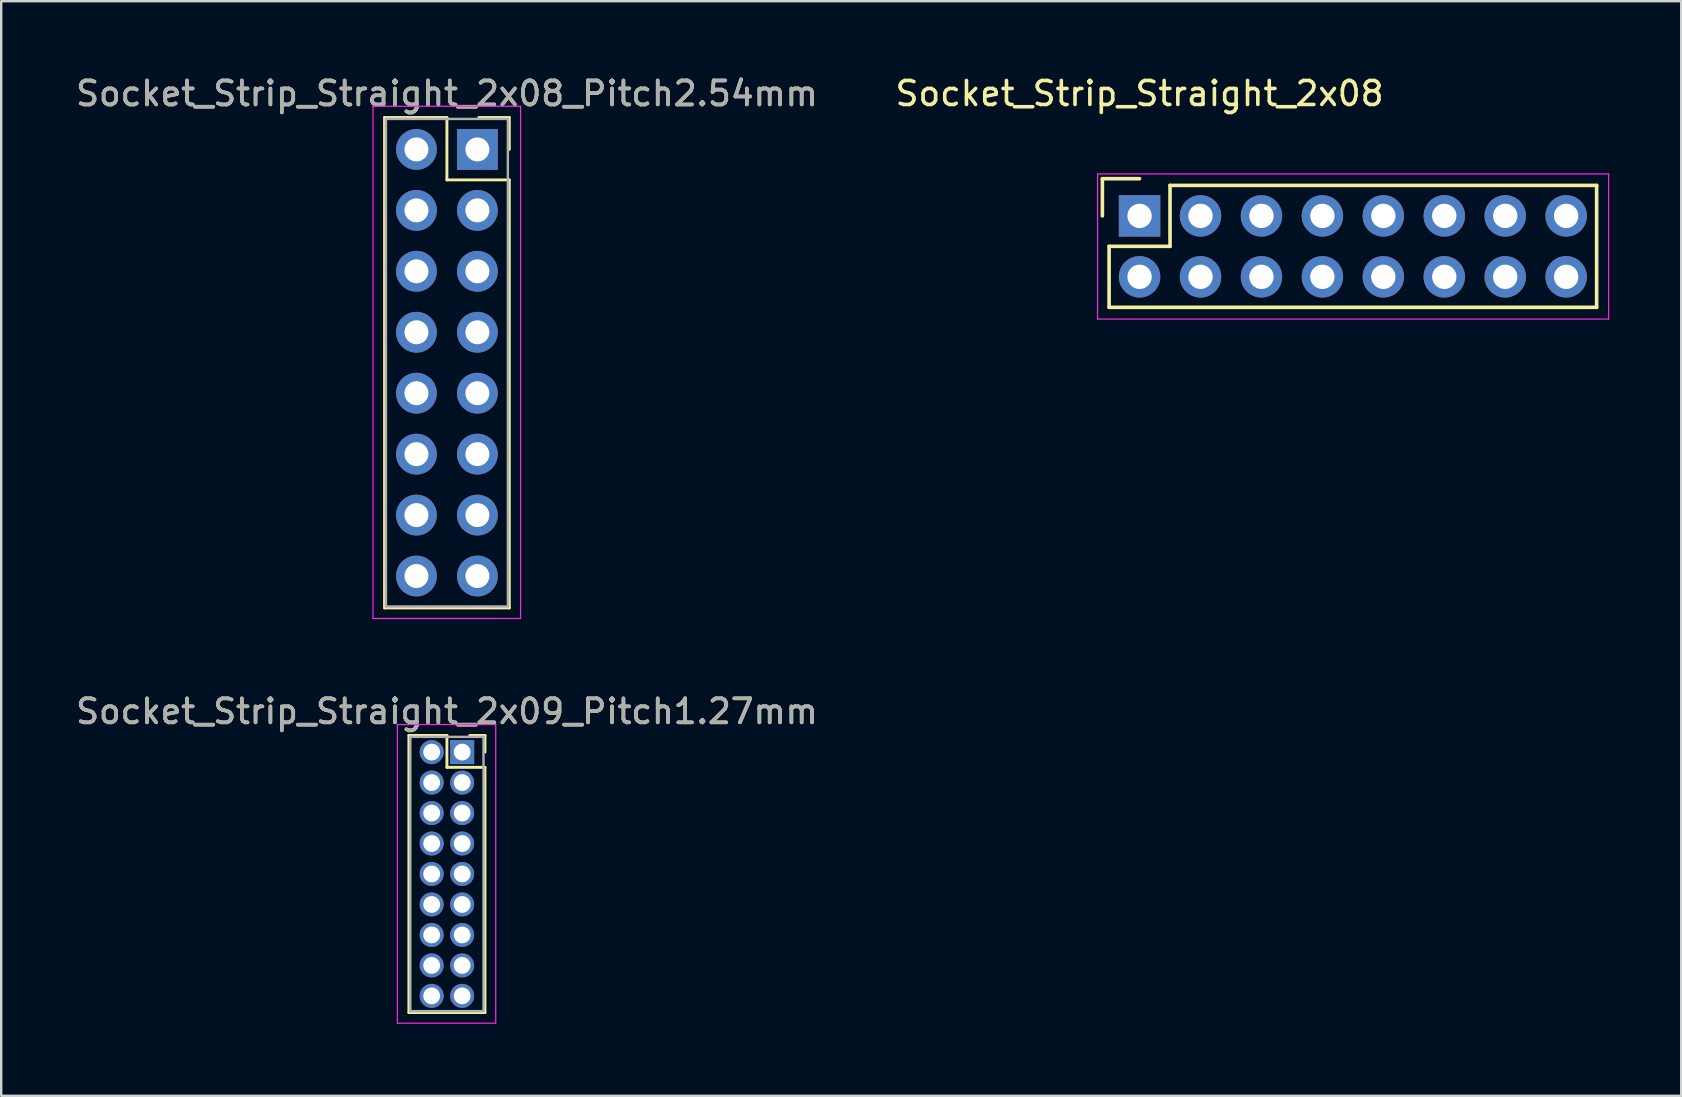
<source format=kicad_pcb>
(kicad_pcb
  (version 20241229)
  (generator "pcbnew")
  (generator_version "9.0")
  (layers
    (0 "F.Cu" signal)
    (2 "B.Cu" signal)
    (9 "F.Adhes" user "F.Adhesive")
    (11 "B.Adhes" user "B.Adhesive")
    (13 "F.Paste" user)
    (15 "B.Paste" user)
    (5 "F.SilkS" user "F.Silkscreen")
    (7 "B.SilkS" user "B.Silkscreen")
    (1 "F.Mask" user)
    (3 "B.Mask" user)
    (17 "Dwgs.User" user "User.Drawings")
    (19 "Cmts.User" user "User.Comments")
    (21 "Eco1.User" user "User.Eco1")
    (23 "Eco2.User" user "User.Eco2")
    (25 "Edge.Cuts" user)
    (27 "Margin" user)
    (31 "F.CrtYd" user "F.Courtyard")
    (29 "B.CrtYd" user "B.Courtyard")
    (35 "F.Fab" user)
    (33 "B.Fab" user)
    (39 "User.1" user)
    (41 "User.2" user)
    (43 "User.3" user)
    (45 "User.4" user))
  (footprint "Socket_Strip_Straight_2x09_Pitch1.27mm"
    (layer "F.Cu")
    (at 16.212 28.297)
    (property "Reference" "Socket_Strip_Straight_2x09_Pitch1.27mm" (at -0.635 -1.695 0) (layer "F.SilkS") (effects (font (size 1 1) (thickness 0.15))))
    (attr through_hole)
    (fp_line (start -2.22 -0.695) (end -0.635 -0.695) (stroke (width 0.12) (type solid)) (layer "F.SilkS"))
    (fp_line (start -2.22 10.855) (end -2.22 -0.695) (stroke (width 0.12) (type solid)) (layer "F.SilkS"))
    (fp_line (start -0.635 -0.695) (end -0.635 0.635) (stroke (width 0.12) (type solid)) (layer "F.SilkS"))
    (fp_line (start -0.635 0.635) (end 0.95 0.635) (stroke (width 0.12) (type solid)) (layer "F.SilkS"))
    (fp_line (start 0.95 -0.695) (end 0.315 -0.695) (stroke (width 0.12) (type solid)) (layer "F.SilkS"))
    (fp_line (start 0.95 0) (end 0.95 -0.695) (stroke (width 0.12) (type solid)) (layer "F.SilkS"))
    (fp_line (start 0.95 0.635) (end 0.95 10.855) (stroke (width 0.12) (type solid)) (layer "F.SilkS"))
    (fp_line (start 0.95 10.855) (end -2.22 10.855) (stroke (width 0.12) (type solid)) (layer "F.SilkS"))
    (fp_line (start -2.7 -1.15) (end -2.7 11.3) (stroke (width 0.05) (type solid)) (layer "F.CrtYd"))
    (fp_line (start -2.7 11.3) (end 1.4 11.3) (stroke (width 0.05) (type solid)) (layer "F.CrtYd"))
    (fp_line (start 1.4 -1.15) (end -2.7 -1.15) (stroke (width 0.05) (type solid)) (layer "F.CrtYd"))
    (fp_line (start 1.4 11.3) (end 1.4 -1.15) (stroke (width 0.05) (type solid)) (layer "F.CrtYd"))
    (fp_line (start -2.16 -0.635) (end -2.16 10.795) (stroke (width 0.1) (type solid)) (layer "F.Fab"))
    (fp_line (start -2.16 10.795) (end 0.89 10.795) (stroke (width 0.1) (type solid)) (layer "F.Fab"))
    (fp_line (start 0.89 -0.635) (end -2.16 -0.635) (stroke (width 0.1) (type solid)) (layer "F.Fab"))
    (fp_line (start 0.89 10.795) (end 0.89 -0.635) (stroke (width 0.1) (type solid)) (layer "F.Fab"))
    (fp_text user "${REFERENCE}" (at -0.635 -1.695 0) (layer "F.Fab") (effects (font (size 1 1) (thickness 0.15))))
    (pad "1" thru_hole rect (at 0 0) (size 1 1) (drill 0.7) (layers "*.Cu" "*.Mask"))
    (pad "2" thru_hole oval (at -1.27 0) (size 1 1) (drill 0.7) (layers "*.Cu" "*.Mask"))
    (pad "3" thru_hole oval (at 0 1.27) (size 1 1) (drill 0.7) (layers "*.Cu" "*.Mask"))
    (pad "4" thru_hole oval (at -1.27 1.27) (size 1 1) (drill 0.7) (layers "*.Cu" "*.Mask"))
    (pad "5" thru_hole oval (at 0 2.54) (size 1 1) (drill 0.7) (layers "*.Cu" "*.Mask"))
    (pad "6" thru_hole oval (at -1.27 2.54) (size 1 1) (drill 0.7) (layers "*.Cu" "*.Mask"))
    (pad "7" thru_hole oval (at 0 3.81) (size 1 1) (drill 0.7) (layers "*.Cu" "*.Mask"))
    (pad "8" thru_hole oval (at -1.27 3.81) (size 1 1) (drill 0.7) (layers "*.Cu" "*.Mask"))
    (pad "9" thru_hole oval (at 0 5.08) (size 1 1) (drill 0.7) (layers "*.Cu" "*.Mask"))
    (pad "10" thru_hole oval (at -1.27 5.08) (size 1 1) (drill 0.7) (layers "*.Cu" "*.Mask"))
    (pad "11" thru_hole oval (at 0 6.35) (size 1 1) (drill 0.7) (layers "*.Cu" "*.Mask"))
    (pad "12" thru_hole oval (at -1.27 6.35) (size 1 1) (drill 0.7) (layers "*.Cu" "*.Mask"))
    (pad "13" thru_hole oval (at 0 7.62) (size 1 1) (drill 0.7) (layers "*.Cu" "*.Mask"))
    (pad "14" thru_hole oval (at -1.27 7.62) (size 1 1) (drill 0.7) (layers "*.Cu" "*.Mask"))
    (pad "15" thru_hole oval (at 0 8.89) (size 1 1) (drill 0.7) (layers "*.Cu" "*.Mask"))
    (pad "16" thru_hole oval (at -1.27 8.89) (size 1 1) (drill 0.7) (layers "*.Cu" "*.Mask"))
    (pad "17" thru_hole oval (at 0 10.16) (size 1 1) (drill 0.7) (layers "*.Cu" "*.Mask"))
    (pad "18" thru_hole oval (at -1.27 10.16) (size 1 1) (drill 0.7) (layers "*.Cu" "*.Mask")))
  (footprint "Socket_Strip_Straight_2x08_Pitch2.54mm"
    (layer "F.Cu")
    (at 16.847 3.178)
    (property "Reference" "Socket_Strip_Straight_2x08_Pitch2.54mm" (at -1.27 -2.33 0) (layer "F.SilkS") (effects (font (size 1 1) (thickness 0.15))))
    (attr through_hole)
    (fp_line (start -3.87 -1.33) (end -1.27 -1.33) (stroke (width 0.12) (type solid)) (layer "F.SilkS"))
    (fp_line (start -3.87 19.11) (end -3.87 -1.33) (stroke (width 0.12) (type solid)) (layer "F.SilkS"))
    (fp_line (start -1.27 -1.33) (end -1.27 1.27) (stroke (width 0.12) (type solid)) (layer "F.SilkS"))
    (fp_line (start -1.27 1.27) (end 1.33 1.27) (stroke (width 0.12) (type solid)) (layer "F.SilkS"))
    (fp_line (start 1.33 -1.33) (end 0.06 -1.33) (stroke (width 0.12) (type solid)) (layer "F.SilkS"))
    (fp_line (start 1.33 0) (end 1.33 -1.33) (stroke (width 0.12) (type solid)) (layer "F.SilkS"))
    (fp_line (start 1.33 1.27) (end 1.33 19.11) (stroke (width 0.12) (type solid)) (layer "F.SilkS"))
    (fp_line (start 1.33 19.11) (end -3.87 19.11) (stroke (width 0.12) (type solid)) (layer "F.SilkS"))
    (fp_line (start -4.35 -1.8) (end -4.35 19.55) (stroke (width 0.05) (type solid)) (layer "F.CrtYd"))
    (fp_line (start -4.35 19.55) (end 1.8 19.55) (stroke (width 0.05) (type solid)) (layer "F.CrtYd"))
    (fp_line (start 1.8 -1.8) (end -4.35 -1.8) (stroke (width 0.05) (type solid)) (layer "F.CrtYd"))
    (fp_line (start 1.8 19.55) (end 1.8 -1.8) (stroke (width 0.05) (type solid)) (layer "F.CrtYd"))
    (fp_line (start -3.81 -1.27) (end -3.81 19.05) (stroke (width 0.1) (type solid)) (layer "F.Fab"))
    (fp_line (start -3.81 19.05) (end 1.27 19.05) (stroke (width 0.1) (type solid)) (layer "F.Fab"))
    (fp_line (start 1.27 -1.27) (end -3.81 -1.27) (stroke (width 0.1) (type solid)) (layer "F.Fab"))
    (fp_line (start 1.27 19.05) (end 1.27 -1.27) (stroke (width 0.1) (type solid)) (layer "F.Fab"))
    (fp_text user "${REFERENCE}" (at -1.27 -2.33 0) (layer "F.Fab") (effects (font (size 1 1) (thickness 0.15))))
    (pad "1" thru_hole rect (at 0 0) (size 1.7 1.7) (drill 1) (layers "*.Cu" "*.Mask"))
    (pad "2" thru_hole oval (at -2.54 0) (size 1.7 1.7) (drill 1) (layers "*.Cu" "*.Mask"))
    (pad "3" thru_hole oval (at 0 2.54) (size 1.7 1.7) (drill 1) (layers "*.Cu" "*.Mask"))
    (pad "4" thru_hole oval (at -2.54 2.54) (size 1.7 1.7) (drill 1) (layers "*.Cu" "*.Mask"))
    (pad "5" thru_hole oval (at 0 5.08) (size 1.7 1.7) (drill 1) (layers "*.Cu" "*.Mask"))
    (pad "6" thru_hole oval (at -2.54 5.08) (size 1.7 1.7) (drill 1) (layers "*.Cu" "*.Mask"))
    (pad "7" thru_hole oval (at 0 7.62) (size 1.7 1.7) (drill 1) (layers "*.Cu" "*.Mask"))
    (pad "8" thru_hole oval (at -2.54 7.62) (size 1.7 1.7) (drill 1) (layers "*.Cu" "*.Mask"))
    (pad "9" thru_hole oval (at 0 10.16) (size 1.7 1.7) (drill 1) (layers "*.Cu" "*.Mask"))
    (pad "10" thru_hole oval (at -2.54 10.16) (size 1.7 1.7) (drill 1) (layers "*.Cu" "*.Mask"))
    (pad "11" thru_hole oval (at 0 12.7) (size 1.7 1.7) (drill 1) (layers "*.Cu" "*.Mask"))
    (pad "12" thru_hole oval (at -2.54 12.7) (size 1.7 1.7) (drill 1) (layers "*.Cu" "*.Mask"))
    (pad "13" thru_hole oval (at 0 15.24) (size 1.7 1.7) (drill 1) (layers "*.Cu" "*.Mask"))
    (pad "14" thru_hole oval (at -2.54 15.24) (size 1.7 1.7) (drill 1) (layers "*.Cu" "*.Mask"))
    (pad "15" thru_hole oval (at 0 17.78) (size 1.7 1.7) (drill 1) (layers "*.Cu" "*.Mask"))
    (pad "16" thru_hole oval (at -2.54 17.78) (size 1.7 1.7) (drill 1) (layers "*.Cu" "*.Mask")))
  (footprint "Socket_Strip_Straight_2x08"
    (layer "F.Cu")
    (at 44.446 5.948)
    (property "Reference" "Socket_Strip_Straight_2x08" (at 0 -5.1 0) (layer "F.SilkS") (effects (font (size 1 1) (thickness 0.15))))
    (attr through_hole)
    (fp_line (start -1.55 -1.55) (end -1.55 0) (stroke (width 0.15) (type solid)) (layer "F.SilkS"))
    (fp_line (start -1.27 1.27) (end 1.27 1.27) (stroke (width 0.15) (type solid)) (layer "F.SilkS"))
    (fp_line (start -1.27 3.81) (end -1.27 1.27) (stroke (width 0.15) (type solid)) (layer "F.SilkS"))
    (fp_line (start 0 -1.55) (end -1.55 -1.55) (stroke (width 0.15) (type solid)) (layer "F.SilkS"))
    (fp_line (start 1.27 -1.27) (end 19.05 -1.27) (stroke (width 0.15) (type solid)) (layer "F.SilkS"))
    (fp_line (start 1.27 1.27) (end 1.27 -1.27) (stroke (width 0.15) (type solid)) (layer "F.SilkS"))
    (fp_line (start 19.05 3.81) (end -1.27 3.81) (stroke (width 0.15) (type solid)) (layer "F.SilkS"))
    (fp_line (start 19.05 3.81) (end 19.05 -1.27) (stroke (width 0.15) (type solid)) (layer "F.SilkS"))
    (fp_line (start -1.75 -1.75) (end -1.75 4.3) (stroke (width 0.05) (type solid)) (layer "F.CrtYd"))
    (fp_line (start -1.75 -1.75) (end 19.55 -1.75) (stroke (width 0.05) (type solid)) (layer "F.CrtYd"))
    (fp_line (start -1.75 4.3) (end 19.55 4.3) (stroke (width 0.05) (type solid)) (layer "F.CrtYd"))
    (fp_line (start 19.55 -1.75) (end 19.55 4.3) (stroke (width 0.05) (type solid)) (layer "F.CrtYd"))
    (pad "1" thru_hole rect (at 0 0) (size 1.727 1.727) (drill 1.016) (layers "*.Cu" "*.Mask"))
    (pad "2" thru_hole oval (at 0 2.54) (size 1.727 1.727) (drill 1.016) (layers "*.Cu" "*.Mask"))
    (pad "3" thru_hole oval (at 2.54 0) (size 1.727 1.727) (drill 1.016) (layers "*.Cu" "*.Mask"))
    (pad "4" thru_hole oval (at 2.54 2.54) (size 1.727 1.727) (drill 1.016) (layers "*.Cu" "*.Mask"))
    (pad "5" thru_hole oval (at 5.08 0) (size 1.727 1.727) (drill 1.016) (layers "*.Cu" "*.Mask"))
    (pad "6" thru_hole oval (at 5.08 2.54) (size 1.727 1.727) (drill 1.016) (layers "*.Cu" "*.Mask"))
    (pad "7" thru_hole oval (at 7.62 0) (size 1.727 1.727) (drill 1.016) (layers "*.Cu" "*.Mask"))
    (pad "8" thru_hole oval (at 7.62 2.54) (size 1.727 1.727) (drill 1.016) (layers "*.Cu" "*.Mask"))
    (pad "9" thru_hole oval (at 10.16 0) (size 1.727 1.727) (drill 1.016) (layers "*.Cu" "*.Mask"))
    (pad "10" thru_hole oval (at 10.16 2.54) (size 1.727 1.727) (drill 1.016) (layers "*.Cu" "*.Mask"))
    (pad "11" thru_hole oval (at 12.7 0) (size 1.727 1.727) (drill 1.016) (layers "*.Cu" "*.Mask"))
    (pad "12" thru_hole oval (at 12.7 2.54) (size 1.727 1.727) (drill 1.016) (layers "*.Cu" "*.Mask"))
    (pad "13" thru_hole oval (at 15.24 0) (size 1.727 1.727) (drill 1.016) (layers "*.Cu" "*.Mask"))
    (pad "14" thru_hole oval (at 15.24 2.54) (size 1.727 1.727) (drill 1.016) (layers "*.Cu" "*.Mask"))
    (pad "15" thru_hole oval (at 17.78 0) (size 1.727 1.727) (drill 1.016) (layers "*.Cu" "*.Mask"))
    (pad "16" thru_hole oval (at 17.78 2.54) (size 1.727 1.727) (drill 1.016) (layers "*.Cu" "*.Mask")))
  (gr_rect
    (start -3 -3)
    (end 67.021 42.621)
    (stroke (width 0.1) (type default))
    (fill no)
    (layer "Edge.Cuts")))
</source>
